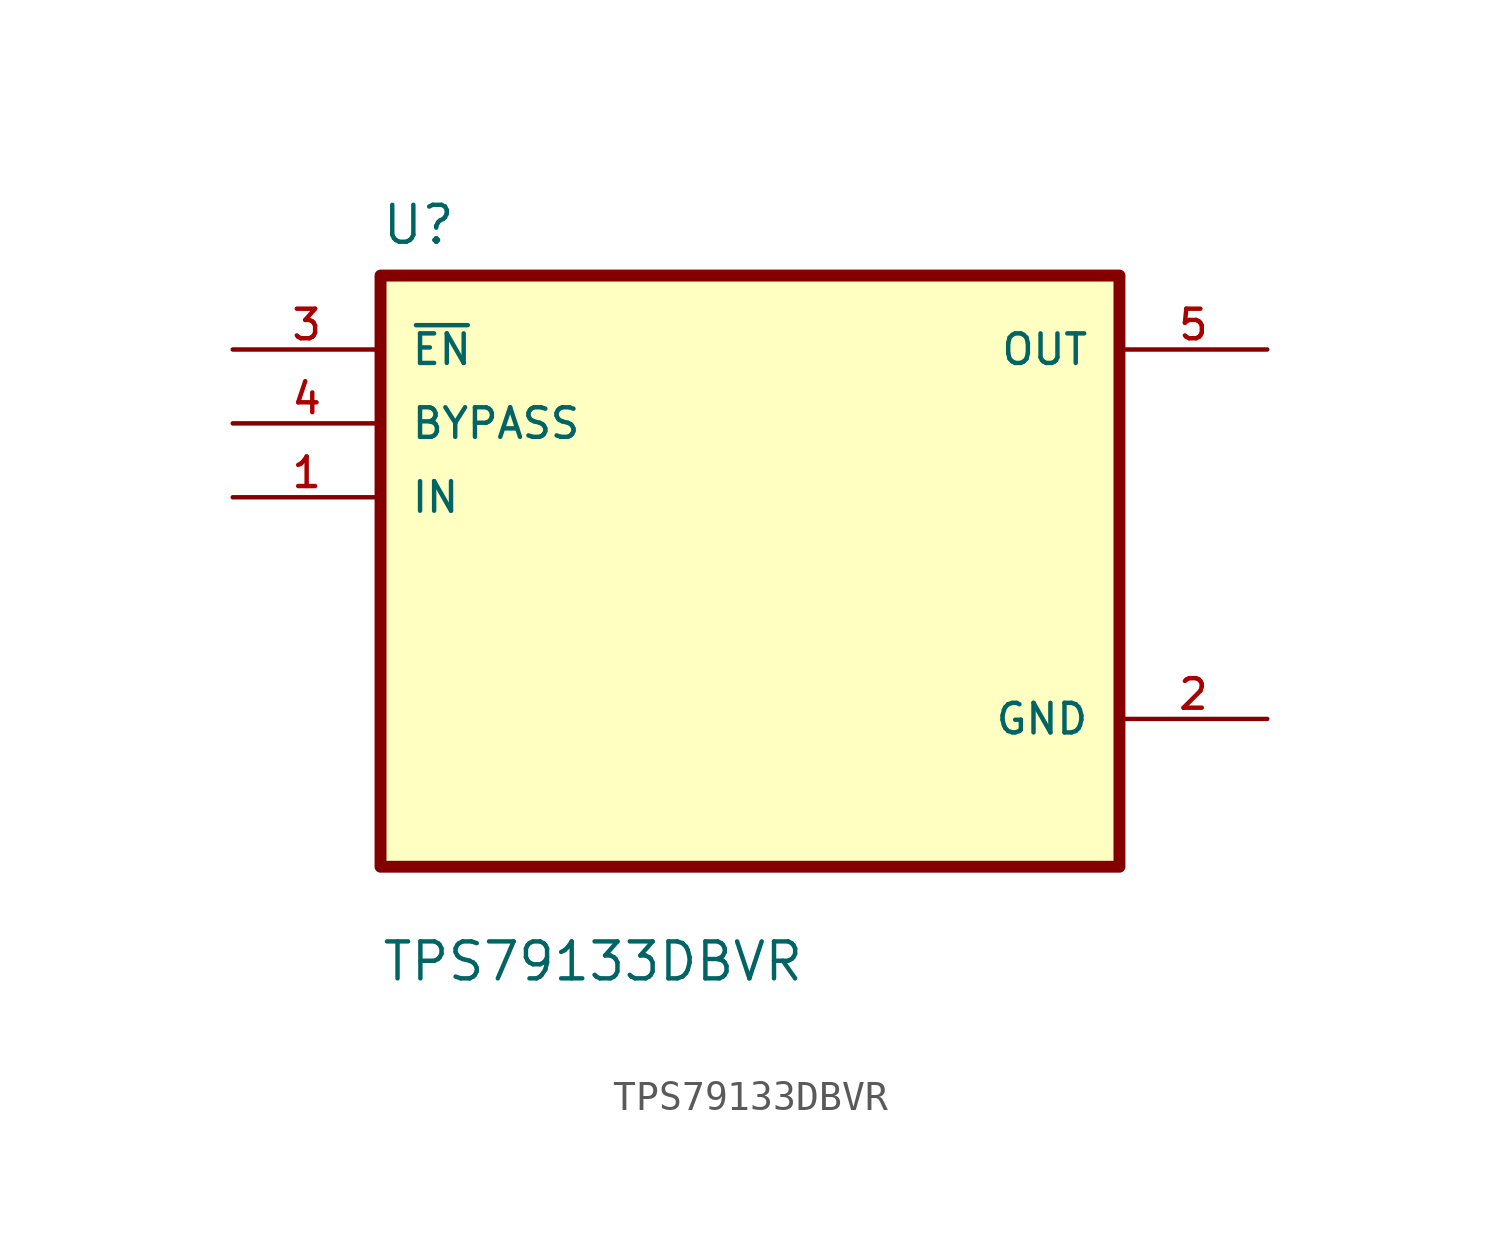
<source format=kicad_sym>
(kicad_symbol_lib
  (version 20211014)
  (generator kicad_symbol_editor)
  (symbol "TPS79133DBVR"
    (pin_names
      (offset 1.016))
    (property "Reference" "U"
      (at -12.7 11.16 0.0)
      (effects (font (size 1.27 1.27)) (justify bottom left)))
    (property "Value" "TPS79133DBVR"
      (at -12.7 -14.16 0.0)
      (effects (font (size 1.27 1.27)) (justify bottom left)))
    (symbol "TPS79133DBVR_0_0"
      (rectangle (start -12.7 -10.16) (end 12.7 10.16) (stroke (width 0.41)) (fill (type background)))
      (pin input line (at -17.78 7.62 0) (length 5.08) (name "~{EN}" (effects (font (size 1.016 1.016)))) (number "3" (effects (font (size 1.016 1.016)))))
      (pin input line (at -17.78 5.08 0) (length 5.08) (name "BYPASS" (effects (font (size 1.016 1.016)))) (number "4" (effects (font (size 1.016 1.016)))))
      (pin input line (at -17.78 2.54 0) (length 5.08) (name "IN" (effects (font (size 1.016 1.016)))) (number "1" (effects (font (size 1.016 1.016)))))
      (pin output line (at 17.78 7.62 180.0) (length 5.08) (name "OUT" (effects (font (size 1.016 1.016)))) (number "5" (effects (font (size 1.016 1.016)))))
      (pin power_in line (at 17.78 -5.08 180.0) (length 5.08) (name "GND" (effects (font (size 1.016 1.016)))) (number "2" (effects (font (size 1.016 1.016))))))))
</source>
